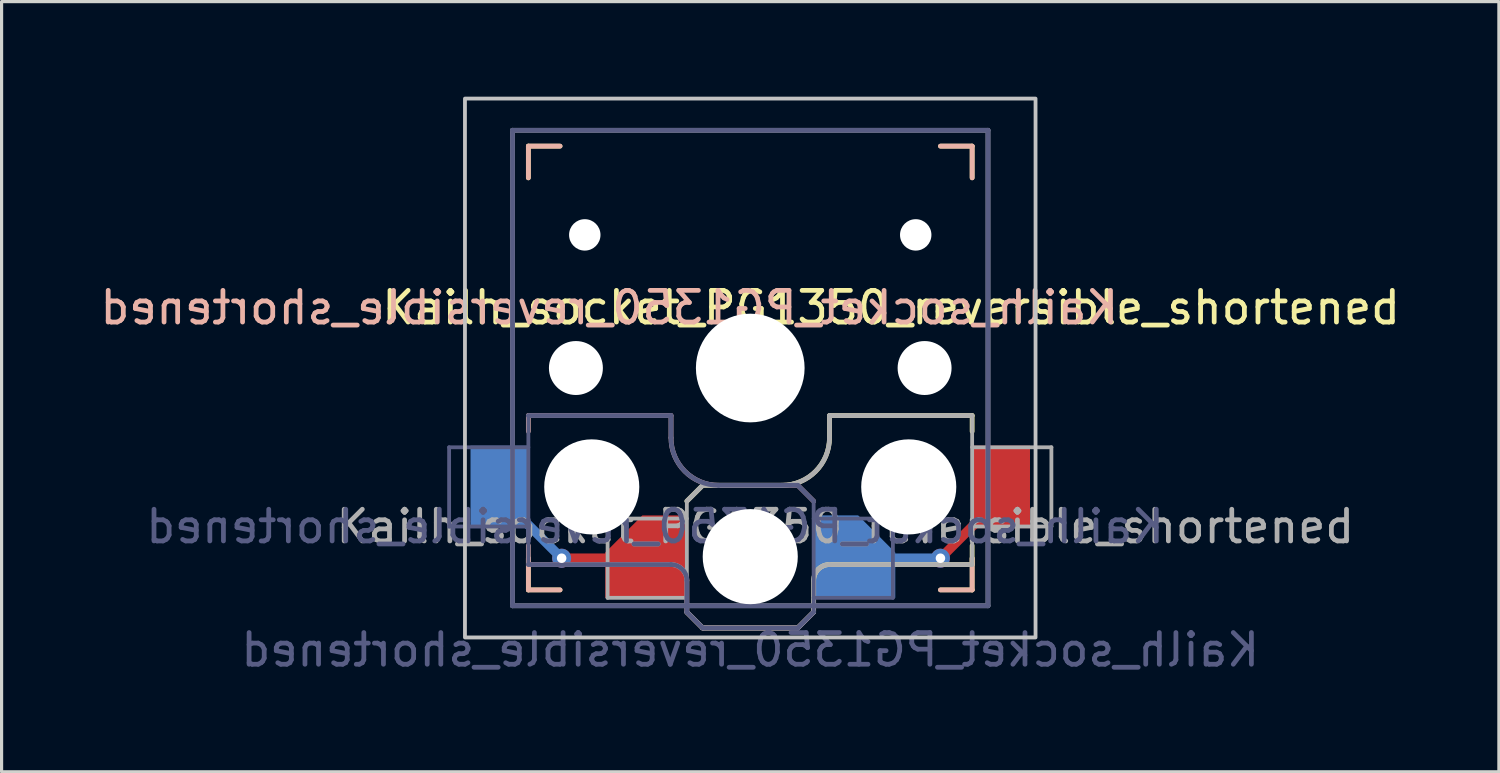
<source format=kicad_pcb>
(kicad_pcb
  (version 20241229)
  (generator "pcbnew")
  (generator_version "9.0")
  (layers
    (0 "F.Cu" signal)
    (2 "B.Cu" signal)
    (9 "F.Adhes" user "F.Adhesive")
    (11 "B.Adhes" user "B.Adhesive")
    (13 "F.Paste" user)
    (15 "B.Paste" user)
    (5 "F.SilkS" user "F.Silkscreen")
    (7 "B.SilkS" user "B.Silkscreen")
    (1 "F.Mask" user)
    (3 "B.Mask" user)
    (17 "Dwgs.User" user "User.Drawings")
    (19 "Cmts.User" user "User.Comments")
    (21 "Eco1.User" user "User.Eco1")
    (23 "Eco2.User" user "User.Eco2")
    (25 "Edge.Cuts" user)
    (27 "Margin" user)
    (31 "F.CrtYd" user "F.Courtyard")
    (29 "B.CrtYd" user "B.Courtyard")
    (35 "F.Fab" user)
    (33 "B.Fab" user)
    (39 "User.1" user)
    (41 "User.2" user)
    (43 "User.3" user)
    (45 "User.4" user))
  (footprint "Kailh_socket_PG1350_reversible_shortened"
    (layer "F.Cu")
    (at 20.618 8.56)
    (property "Reference" "Kailh_socket_PG1350_reversible_shortened" (at 4.445 -1.905 0) (layer "F.SilkS") (effects (font (size 1 1) (thickness 0.15))))
    (property "Value" "Kailh_socket_PG1350_reversible_shortened" (at 0 8.89 0) (layer "F.Fab") (hide yes) (effects (font (size 1 1) (thickness 0.15))))
    (attr smd)
    (fp_line (start -7 -7) (end -6 -7) (stroke (width 0.15) (type solid)) (layer "F.SilkS"))
    (fp_line (start -7 -6) (end -7 -7) (stroke (width 0.15) (type solid)) (layer "F.SilkS"))
    (fp_line (start -7 7) (end -7 6) (stroke (width 0.15) (type solid)) (layer "F.SilkS"))
    (fp_line (start -6 7) (end -7 7) (stroke (width 0.15) (type solid)) (layer "F.SilkS"))
    (fp_line (start -2 4.2) (end -1.5 3.7) (stroke (width 0.15) (type solid)) (layer "F.SilkS"))
    (fp_line (start -2 7.7) (end -1.5 8.2) (stroke (width 0.15) (type solid)) (layer "F.SilkS"))
    (fp_line (start -1.5 3.7) (end 1 3.7) (stroke (width 0.15) (type solid)) (layer "F.SilkS"))
    (fp_line (start -1.5 8.2) (end 1.5 8.2) (stroke (width 0.15) (type solid)) (layer "F.SilkS"))
    (fp_line (start 1.5 8.2) (end 2 7.7) (stroke (width 0.15) (type solid)) (layer "F.SilkS"))
    (fp_line (start 2 6.7) (end 2 7.7) (stroke (width 0.15) (type solid)) (layer "F.SilkS"))
    (fp_line (start 2.5 1.5) (end 7 1.5) (stroke (width 0.15) (type solid)) (layer "F.SilkS"))
    (fp_line (start 2.5 2.2) (end 2.5 1.5) (stroke (width 0.15) (type solid)) (layer "F.SilkS"))
    (fp_line (start 6 -7) (end 7 -7) (stroke (width 0.15) (type solid)) (layer "F.SilkS"))
    (fp_line (start 7 -7) (end 7 -6) (stroke (width 0.15) (type solid)) (layer "F.SilkS"))
    (fp_line (start 7 1.5) (end 7 2) (stroke (width 0.15) (type solid)) (layer "F.SilkS"))
    (fp_line (start 7 5.6) (end 7 6.2) (stroke (width 0.15) (type solid)) (layer "F.SilkS"))
    (fp_line (start 7 6) (end 7 7) (stroke (width 0.15) (type solid)) (layer "F.SilkS"))
    (fp_line (start 7 6.2) (end 2.5 6.2) (stroke (width 0.15) (type solid)) (layer "F.SilkS"))
    (fp_line (start 7 7) (end 6 7) (stroke (width 0.15) (type solid)) (layer "F.SilkS"))
    (fp_arc (start 2 6.7) (mid 2.146447 6.346447) (end 2.5 6.2) (stroke (width 0.15) (type solid)) (layer "F.SilkS"))
    (fp_arc (start 2.5 2.2) (mid 2.06066 3.26066) (end 1 3.7) (stroke (width 0.15) (type solid)) (layer "F.SilkS"))
    (fp_line (start -7 -7) (end -6 -7) (stroke (width 0.15) (type solid)) (layer "B.SilkS"))
    (fp_line (start -7 -6) (end -7 -7) (stroke (width 0.15) (type solid)) (layer "B.SilkS"))
    (fp_line (start -7 1.5) (end -7 2) (stroke (width 0.15) (type solid)) (layer "B.SilkS"))
    (fp_line (start -7 5.6) (end -7 6.2) (stroke (width 0.15) (type solid)) (layer "B.SilkS"))
    (fp_line (start -7 6.2) (end -2.5 6.2) (stroke (width 0.15) (type solid)) (layer "B.SilkS"))
    (fp_line (start -7 7) (end -7 6) (stroke (width 0.15) (type solid)) (layer "B.SilkS"))
    (fp_line (start -6 7) (end -7 7) (stroke (width 0.15) (type solid)) (layer "B.SilkS"))
    (fp_line (start -2.5 1.5) (end -7 1.5) (stroke (width 0.15) (type solid)) (layer "B.SilkS"))
    (fp_line (start -2.5 2.2) (end -2.5 1.5) (stroke (width 0.15) (type solid)) (layer "B.SilkS"))
    (fp_line (start -2 6.7) (end -2 7.7) (stroke (width 0.15) (type solid)) (layer "B.SilkS"))
    (fp_line (start -1.5 8.2) (end -2 7.7) (stroke (width 0.15) (type solid)) (layer "B.SilkS"))
    (fp_line (start 1.5 3.7) (end -1 3.7) (stroke (width 0.15) (type solid)) (layer "B.SilkS"))
    (fp_line (start 1.5 8.2) (end -1.5 8.2) (stroke (width 0.15) (type solid)) (layer "B.SilkS"))
    (fp_line (start 2 4.2) (end 1.5 3.7) (stroke (width 0.15) (type solid)) (layer "B.SilkS"))
    (fp_line (start 2 7.7) (end 1.5 8.2) (stroke (width 0.15) (type solid)) (layer "B.SilkS"))
    (fp_line (start 6 -7) (end 7 -7) (stroke (width 0.15) (type solid)) (layer "B.SilkS"))
    (fp_line (start 7 -7) (end 7 -6) (stroke (width 0.15) (type solid)) (layer "B.SilkS"))
    (fp_line (start 7 6) (end 7 7) (stroke (width 0.15) (type solid)) (layer "B.SilkS"))
    (fp_line (start 7 7) (end 6 7) (stroke (width 0.15) (type solid)) (layer "B.SilkS"))
    (fp_arc (start -2.5 6.2) (mid -2.146447 6.346447) (end -2 6.7) (stroke (width 0.15) (type solid)) (layer "B.SilkS"))
    (fp_arc (start -1 3.7) (mid -2.06066 3.26066) (end -2.5 2.2) (stroke (width 0.15) (type solid)) (layer "B.SilkS"))
    (fp_rect (start -9 -8.5) (end 9 8.5) (stroke (width 0.12) (type solid)) (fill no) (layer "Dwgs.User"))
    (fp_line (start -6.9 6.9) (end -6.9 -6.9) (stroke (width 0.15) (type solid)) (layer "Eco2.User"))
    (fp_line (start -6.9 6.9) (end 6.9 6.9) (stroke (width 0.15) (type solid)) (layer "Eco2.User"))
    (fp_line (start -2.6 -3.1) (end -2.6 -6.3) (stroke (width 0.15) (type solid)) (layer "Eco2.User"))
    (fp_line (start -2.6 -3.1) (end 2.6 -3.1) (stroke (width 0.15) (type solid)) (layer "Eco2.User"))
    (fp_line (start 2.6 -6.3) (end -2.6 -6.3) (stroke (width 0.15) (type solid)) (layer "Eco2.User"))
    (fp_line (start 2.6 -3.1) (end 2.6 -6.3) (stroke (width 0.15) (type solid)) (layer "Eco2.User"))
    (fp_line (start 6.9 -6.9) (end -6.9 -6.9) (stroke (width 0.15) (type solid)) (layer "Eco2.User"))
    (fp_line (start 6.9 -6.9) (end 6.9 6.9) (stroke (width 0.15) (type solid)) (layer "Eco2.User"))
    (fp_line (start -9.5 2.5) (end -7 2.5) (stroke (width 0.12) (type solid)) (layer "B.Fab"))
    (fp_line (start -9.5 5) (end -9.5 2.5) (stroke (width 0.12) (type solid)) (layer "B.Fab"))
    (fp_line (start -7.5 -7.5) (end 7.5 -7.5) (stroke (width 0.15) (type solid)) (layer "B.Fab"))
    (fp_line (start -7.5 7.5) (end -7.5 -7.5) (stroke (width 0.15) (type solid)) (layer "B.Fab"))
    (fp_line (start -7 1.5) (end -7 6.2) (stroke (width 0.12) (type solid)) (layer "B.Fab"))
    (fp_line (start -7 5) (end -9.5 5) (stroke (width 0.12) (type solid)) (layer "B.Fab"))
    (fp_line (start -7 6.2) (end -2.5 6.2) (stroke (width 0.15) (type solid)) (layer "B.Fab"))
    (fp_line (start -2.5 1.5) (end -7 1.5) (stroke (width 0.15) (type solid)) (layer "B.Fab"))
    (fp_line (start -2.5 2.2) (end -2.5 1.5) (stroke (width 0.15) (type solid)) (layer "B.Fab"))
    (fp_line (start -2 6.7) (end -2 7.7) (stroke (width 0.15) (type solid)) (layer "B.Fab"))
    (fp_line (start -1.5 8.2) (end -2 7.7) (stroke (width 0.15) (type solid)) (layer "B.Fab"))
    (fp_line (start 1.5 3.7) (end -1 3.7) (stroke (width 0.15) (type solid)) (layer "B.Fab"))
    (fp_line (start 1.5 8.2) (end -1.5 8.2) (stroke (width 0.15) (type solid)) (layer "B.Fab"))
    (fp_line (start 2 4.2) (end 1.5 3.7) (stroke (width 0.15) (type solid)) (layer "B.Fab"))
    (fp_line (start 2 4.25) (end 2 7.7) (stroke (width 0.12) (type solid)) (layer "B.Fab"))
    (fp_line (start 2 4.75) (end 4.5 4.75) (stroke (width 0.12) (type solid)) (layer "B.Fab"))
    (fp_line (start 2 7.7) (end 1.5 8.2) (stroke (width 0.15) (type solid)) (layer "B.Fab"))
    (fp_line (start 4.5 4.75) (end 4.5 7.25) (stroke (width 0.12) (type solid)) (layer "B.Fab"))
    (fp_line (start 4.5 7.25) (end 2 7.25) (stroke (width 0.12) (type solid)) (layer "B.Fab"))
    (fp_line (start 7.5 -7.5) (end 7.5 7.5) (stroke (width 0.15) (type solid)) (layer "B.Fab"))
    (fp_line (start 7.5 7.5) (end -7.5 7.5) (stroke (width 0.15) (type solid)) (layer "B.Fab"))
    (fp_arc (start -2.5 6.2) (mid -2.146447 6.346447) (end -2 6.7) (stroke (width 0.15) (type solid)) (layer "B.Fab"))
    (fp_arc (start -1 3.7) (mid -2.06066 3.26066) (end -2.5 2.2) (stroke (width 0.15) (type solid)) (layer "B.Fab"))
    (fp_line (start -7.5 -7.5) (end 7.5 -7.5) (stroke (width 0.15) (type solid)) (layer "F.Fab"))
    (fp_line (start -7.5 7.5) (end -7.5 -7.5) (stroke (width 0.15) (type solid)) (layer "F.Fab"))
    (fp_line (start -4.5 4.75) (end -4.5 7.25) (stroke (width 0.12) (type solid)) (layer "F.Fab"))
    (fp_line (start -4.5 7.25) (end -2 7.25) (stroke (width 0.12) (type solid)) (layer "F.Fab"))
    (fp_line (start -2 4.2) (end -1.5 3.7) (stroke (width 0.15) (type solid)) (layer "F.Fab"))
    (fp_line (start -2 4.25) (end -2 7.7) (stroke (width 0.12) (type solid)) (layer "F.Fab"))
    (fp_line (start -2 4.75) (end -4.5 4.75) (stroke (width 0.12) (type solid)) (layer "F.Fab"))
    (fp_line (start -2 7.7) (end -1.5 8.2) (stroke (width 0.15) (type solid)) (layer "F.Fab"))
    (fp_line (start -1.5 3.7) (end 1 3.7) (stroke (width 0.15) (type solid)) (layer "F.Fab"))
    (fp_line (start -1.5 8.2) (end 1.5 8.2) (stroke (width 0.15) (type solid)) (layer "F.Fab"))
    (fp_line (start 1.5 8.2) (end 2 7.7) (stroke (width 0.15) (type solid)) (layer "F.Fab"))
    (fp_line (start 2 6.7) (end 2 7.7) (stroke (width 0.15) (type solid)) (layer "F.Fab"))
    (fp_line (start 2.5 1.5) (end 7 1.5) (stroke (width 0.15) (type solid)) (layer "F.Fab"))
    (fp_line (start 2.5 2.2) (end 2.5 1.5) (stroke (width 0.15) (type solid)) (layer "F.Fab"))
    (fp_line (start 7 1.5) (end 7 6.2) (stroke (width 0.12) (type solid)) (layer "F.Fab"))
    (fp_line (start 7 5) (end 9.5 5) (stroke (width 0.12) (type solid)) (layer "F.Fab"))
    (fp_line (start 7 6.2) (end 2.5 6.2) (stroke (width 0.15) (type solid)) (layer "F.Fab"))
    (fp_line (start 7.5 -7.5) (end 7.5 7.5) (stroke (width 0.15) (type solid)) (layer "F.Fab"))
    (fp_line (start 7.5 7.5) (end -7.5 7.5) (stroke (width 0.15) (type solid)) (layer "F.Fab"))
    (fp_line (start 9.5 2.5) (end 7 2.5) (stroke (width 0.12) (type solid)) (layer "F.Fab"))
    (fp_line (start 9.5 5) (end 9.5 2.5) (stroke (width 0.12) (type solid)) (layer "F.Fab"))
    (fp_arc (start 2 6.7) (mid 2.146447 6.346447) (end 2.5 6.2) (stroke (width 0.15) (type solid)) (layer "F.Fab"))
    (fp_arc (start 2.5 2.2) (mid 2.06066 3.26066) (end 1 3.7) (stroke (width 0.15) (type solid)) (layer "F.Fab"))
    (fp_text user "${REFERENCE}" (at -4.445 -1.905 0) (layer "B.SilkS") (effects (font (size 1 1) (thickness 0.15)) (justify mirror)))
    (fp_text user "${VALUE}" (at 0 8.89 0) (layer "B.Fab") (effects (font (size 1 1) (thickness 0.15)) (justify mirror)))
    (fp_text user "${REFERENCE}" (at -3 5 0) (layer "B.Fab") (effects (font (size 1 1) (thickness 0.15)) (justify mirror)))
    (fp_text user "${REFERENCE}" (at 3 5 180) (layer "F.Fab") (effects (font (size 1 1) (thickness 0.15))))
    (pad "" np_thru_hole circle (at -5.5 0) (size 1.702 1.702) (drill 1.702) (layers "*.Cu" "*.Mask"))
    (pad "" np_thru_hole circle (at -5.22 -4.2) (size 0.991 0.991) (drill 0.991) (layers "*.Cu" "*.Mask"))
    (pad "" np_thru_hole circle (at -5 3.75) (size 3 3) (drill 3) (layers "*.Cu" "*.Mask"))
    (pad "" np_thru_hole circle (at 0 0) (size 3.429 3.429) (drill 3.429) (layers "*.Cu" "*.Mask"))
    (pad "" np_thru_hole circle (at 0 5.95) (size 3 3) (drill 3) (layers "*.Cu" "*.Mask"))
    (pad "" np_thru_hole circle (at 5 3.75) (size 3 3) (drill 3) (layers "*.Cu" "*.Mask"))
    (pad "" np_thru_hole circle (at 5.22 -4.2) (size 0.991 0.991) (drill 0.991) (layers "*.Cu" "*.Mask"))
    (pad "" np_thru_hole circle (at 5.5 0) (size 1.702 1.702) (drill 1.702) (layers "*.Cu" "*.Mask"))
    (pad "1" smd rect (at -7.9 3.75) (size 1.85 2.6) (layers "B.Cu" "B.Mask" "B.Paste"))
    (pad "1" smd rect (at -6.7 5.25 315) (size 1.75 0.3) (layers "B.Cu"))
    (pad "1" thru_hole circle (at -5.95 6) (size 0.6 0.6) (drill 0.3) (layers "*.Cu"))
    (pad "1" smd rect (at -5.075 6) (size 1.45 0.3) (layers "F.Cu"))
    (pad "1" smd roundrect (at -3.275 5.95) (size 2.6 2.6) (layers "F.Cu" "F.Mask" "F.Paste") (roundrect_rratio 0) (chamfer_ratio 0.45) (chamfer top_left))
    (pad "1" smd rect (at 5.125 6) (size 1.45 0.3) (layers "B.Cu"))
    (pad "1" thru_hole circle (at 6 6) (size 0.6 0.6) (drill 0.3) (layers "*.Cu"))
    (pad "1" smd rect (at 6.75 5.25 45) (size 1.75 0.3) (layers "F.Cu"))
    (pad "2" smd roundrect (at 3.275 5.95) (size 2.6 2.6) (layers "B.Cu" "B.Mask" "B.Paste") (roundrect_rratio 0) (chamfer_ratio 0.45) (chamfer top_right))
    (pad "2" smd rect (at 7.9 3.75) (size 1.85 2.6) (layers "F.Cu" "F.Mask" "F.Paste")))
  (gr_rect
    (start -3 -3)
    (end 44.235 21.298)
    (stroke (width 0.1) (type default))
    (fill no)
    (layer "Edge.Cuts")))
</source>
